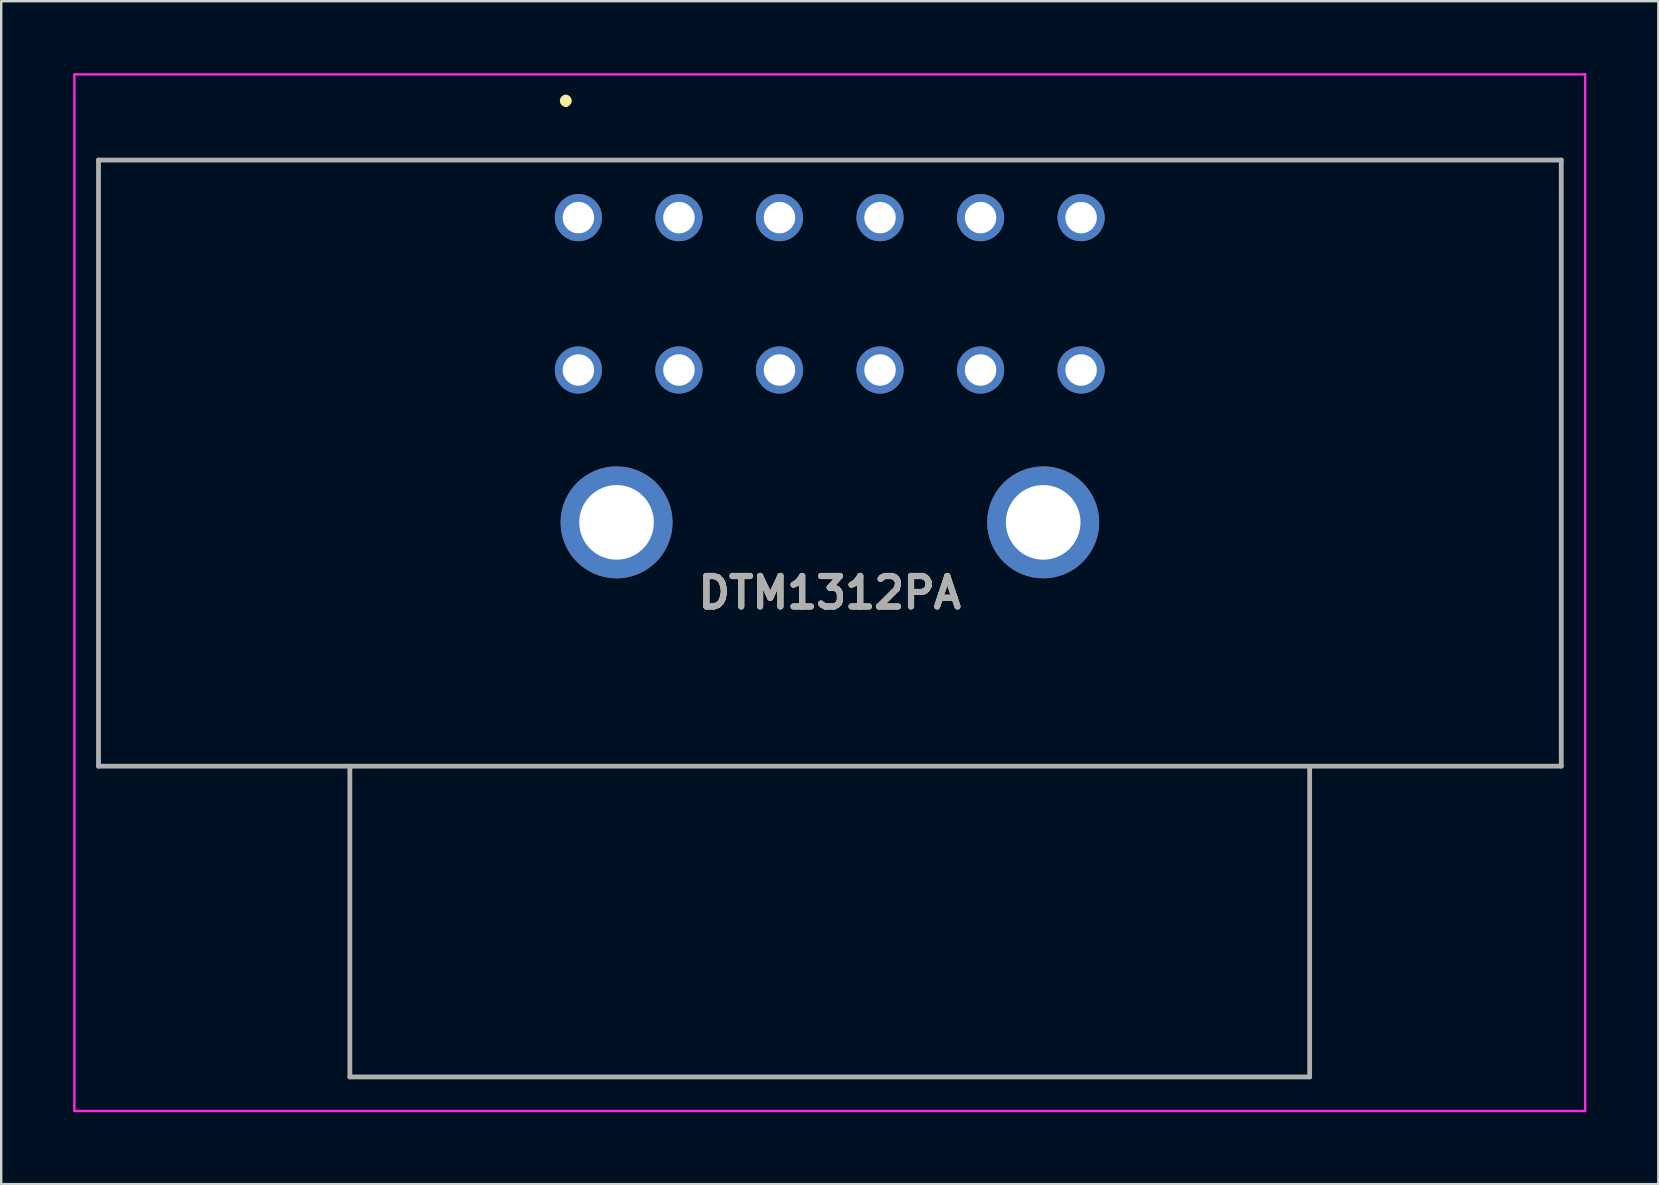
<source format=kicad_pcb>
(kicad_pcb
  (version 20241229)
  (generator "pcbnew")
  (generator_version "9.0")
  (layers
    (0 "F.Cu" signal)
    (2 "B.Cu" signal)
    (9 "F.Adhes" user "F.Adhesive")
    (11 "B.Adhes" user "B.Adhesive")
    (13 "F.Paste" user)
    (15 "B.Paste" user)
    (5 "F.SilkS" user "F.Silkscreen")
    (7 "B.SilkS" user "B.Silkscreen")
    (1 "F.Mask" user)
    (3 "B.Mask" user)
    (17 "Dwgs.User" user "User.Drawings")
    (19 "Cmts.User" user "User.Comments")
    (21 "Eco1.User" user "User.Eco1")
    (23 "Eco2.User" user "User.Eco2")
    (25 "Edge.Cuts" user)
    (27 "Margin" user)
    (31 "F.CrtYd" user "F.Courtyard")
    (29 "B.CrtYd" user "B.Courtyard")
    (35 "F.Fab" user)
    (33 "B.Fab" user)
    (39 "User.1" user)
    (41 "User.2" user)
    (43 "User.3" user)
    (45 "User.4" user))
  (footprint "DTM1312PA"
    (layer "F.Cu")
    (at 21.055 6.02)
    (property "Reference" "DTM1312PA" (at 10.475 15.63 0) (layer "F.SilkS") (effects (font (size 1.27 1.27) (thickness 0.254))))
    (attr through_hole)
    (fp_line (start -20 -2.4) (end 40.96 -2.4) (stroke (width 0.1) (type solid)) (layer "F.SilkS"))
    (fp_line (start -20 22.86) (end -20 -2.4) (stroke (width 0.1) (type solid)) (layer "F.SilkS"))
    (fp_line (start -0.525 -4.97) (end -0.525 -4.97) (stroke (width 0.3) (type solid)) (layer "F.SilkS"))
    (fp_line (start -0.525 -4.77) (end -0.525 -4.77) (stroke (width 0.3) (type solid)) (layer "F.SilkS"))
    (fp_line (start 40.96 -2.4) (end 40.96 22.86) (stroke (width 0.1) (type solid)) (layer "F.SilkS"))
    (fp_line (start 40.96 22.86) (end -20 22.86) (stroke (width 0.1) (type solid)) (layer "F.SilkS"))
    (fp_arc (start -0.525 -4.97) (mid -0.425 -4.87) (end -0.525 -4.77) (stroke (width 0.3) (type solid)) (layer "F.SilkS"))
    (fp_arc (start -0.525 -4.77) (mid -0.625 -4.87) (end -0.525 -4.97) (stroke (width 0.3) (type solid)) (layer "F.SilkS"))
    (fp_line (start -21.005 -5.97) (end 41.955 -5.97) (stroke (width 0.1) (type solid)) (layer "F.CrtYd"))
    (fp_line (start -21.005 37.23) (end -21.005 -5.97) (stroke (width 0.1) (type solid)) (layer "F.CrtYd"))
    (fp_line (start 41.955 -5.97) (end 41.955 37.23) (stroke (width 0.1) (type solid)) (layer "F.CrtYd"))
    (fp_line (start 41.955 37.23) (end -21.005 37.23) (stroke (width 0.1) (type solid)) (layer "F.CrtYd"))
    (fp_line (start -20 -2.4) (end -20 22.86) (stroke (width 0.2) (type solid)) (layer "F.Fab"))
    (fp_line (start -20 22.86) (end 40.96 22.86) (stroke (width 0.2) (type solid)) (layer "F.Fab"))
    (fp_line (start -9.525 22.86) (end -9.525 35.81) (stroke (width 0.2) (type solid)) (layer "F.Fab"))
    (fp_line (start -9.525 35.81) (end 30.475 35.81) (stroke (width 0.2) (type solid)) (layer "F.Fab"))
    (fp_line (start 30.475 35.81) (end 30.475 22.86) (stroke (width 0.2) (type solid)) (layer "F.Fab"))
    (fp_line (start 40.96 -2.4) (end -20 -2.4) (stroke (width 0.2) (type solid)) (layer "F.Fab"))
    (fp_line (start 40.96 22.86) (end 40.96 -2.4) (stroke (width 0.2) (type solid)) (layer "F.Fab"))
    (fp_text user "${REFERENCE}" (at 10.475 15.63 0) (layer "F.Fab") (effects (font (size 1.27 1.27) (thickness 0.254))))
    (pad "1" thru_hole circle (at 0 0) (size 1.965 1.965) (drill 1.31) (layers "*.Cu" "*.Mask"))
    (pad "2" thru_hole circle (at 4.19 0) (size 1.965 1.965) (drill 1.31) (layers "*.Cu" "*.Mask"))
    (pad "3" thru_hole circle (at 8.38 0) (size 1.965 1.965) (drill 1.31) (layers "*.Cu" "*.Mask"))
    (pad "4" thru_hole circle (at 12.57 0) (size 1.965 1.965) (drill 1.31) (layers "*.Cu" "*.Mask"))
    (pad "5" thru_hole circle (at 16.76 0) (size 1.965 1.965) (drill 1.31) (layers "*.Cu" "*.Mask"))
    (pad "6" thru_hole circle (at 20.95 0) (size 1.965 1.965) (drill 1.31) (layers "*.Cu" "*.Mask"))
    (pad "7" thru_hole circle (at 20.95 6.35) (size 1.965 1.965) (drill 1.31) (layers "*.Cu" "*.Mask"))
    (pad "8" thru_hole circle (at 16.76 6.35) (size 1.965 1.965) (drill 1.31) (layers "*.Cu" "*.Mask"))
    (pad "9" thru_hole circle (at 12.57 6.35) (size 1.965 1.965) (drill 1.31) (layers "*.Cu" "*.Mask"))
    (pad "10" thru_hole circle (at 8.38 6.35) (size 1.965 1.965) (drill 1.31) (layers "*.Cu" "*.Mask"))
    (pad "11" thru_hole circle (at 4.19 6.35) (size 1.965 1.965) (drill 1.31) (layers "*.Cu" "*.Mask"))
    (pad "12" thru_hole circle (at 0 6.35) (size 1.965 1.965) (drill 1.31) (layers "*.Cu" "*.Mask"))
    (pad "MH1" thru_hole circle (at 1.59 12.7) (size 4.665 4.665) (drill 3.11) (layers "*.Cu" "*.Mask"))
    (pad "MH2" thru_hole circle (at 19.37 12.7) (size 4.665 4.665) (drill 3.11) (layers "*.Cu" "*.Mask")))
  (gr_rect
    (start -3 -3)
    (end 66.06 46.3)
    (stroke (width 0.1) (type default))
    (fill no)
    (layer "Edge.Cuts")))
</source>
